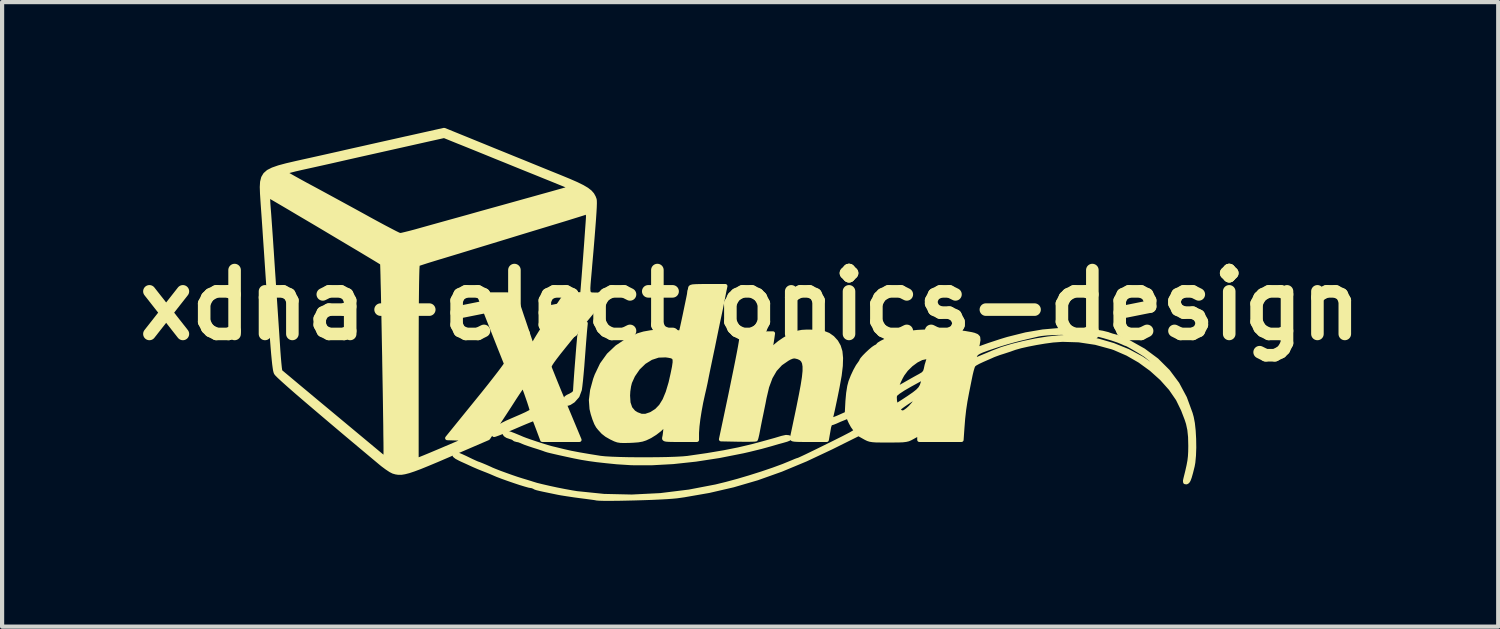
<source format=kicad_pcb>
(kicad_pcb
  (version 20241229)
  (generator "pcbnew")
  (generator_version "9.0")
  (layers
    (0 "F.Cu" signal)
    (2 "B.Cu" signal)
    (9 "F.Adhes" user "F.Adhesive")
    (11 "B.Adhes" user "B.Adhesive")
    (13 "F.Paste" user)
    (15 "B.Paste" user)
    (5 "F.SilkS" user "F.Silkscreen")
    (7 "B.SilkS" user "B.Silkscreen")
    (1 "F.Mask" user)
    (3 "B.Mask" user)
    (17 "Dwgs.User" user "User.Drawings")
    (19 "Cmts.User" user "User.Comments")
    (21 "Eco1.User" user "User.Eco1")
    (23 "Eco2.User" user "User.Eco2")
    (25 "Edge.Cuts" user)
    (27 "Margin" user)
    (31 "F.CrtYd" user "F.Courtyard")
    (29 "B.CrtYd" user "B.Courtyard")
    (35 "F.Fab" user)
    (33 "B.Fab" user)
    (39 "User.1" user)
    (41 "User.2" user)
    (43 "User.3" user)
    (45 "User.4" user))
  (footprint "xdna-electronics-design"
    (layer "F.Cu")
    (at 14.848 4.228)
    (property "Reference" "xdna-electronics-design" (at 0 0 0) (layer "F.SilkS") (effects (font (size 1.524 1.524) (thickness 0.3))))
    (attr through_hole)
    (fp_poly (pts (xy -3.924 0.437) (xy -3.937 0.564) (xy -3.943 0.631) (xy -3.952 0.743) (xy -3.964 0.89) (xy -3.977 1.061) (xy -3.991 1.246) (xy -3.994 1.284) (xy -4.008 1.471) (xy -4.024 1.649) (xy -4.039 1.806) (xy -4.053 1.93) (xy -4.064 2.011) (xy -4.066 2.021) (xy -4.121 2.169) (xy -4.222 2.283) (xy -4.308 2.338) (xy -4.355 2.354) (xy -4.379 2.327) (xy -4.385 2.306) (xy -4.398 2.249) (xy -4.39 2.215) (xy -4.35 2.187) (xy -4.29 2.159) (xy -4.22 2.118) (xy -4.18 2.076) (xy -4.177 2.063) (xy -4.174 2.012) (xy -4.168 1.916) (xy -4.159 1.784) (xy -4.148 1.628) (xy -4.135 1.457) (xy -4.121 1.283) (xy -4.108 1.116) (xy -4.096 0.967) (xy -4.085 0.846) (xy -4.078 0.763) (xy -4.076 0.745) (xy -4.043 0.612) (xy -3.991 0.519) (xy -3.924 0.437)) (stroke (width 0.1) (type solid)) (fill yes) (layer "F.SilkS"))
    (fp_poly (pts (xy 0.94 3.173) (xy 0.924 3.191) (xy 0.869 3.213) (xy 0.768 3.242) (xy 0.72 3.255) (xy 0.662 3.271) (xy 0.573 3.297) (xy 0.508 3.316) (xy 0.267 3.383) (xy -0.021 3.454) (xy -0.169 3.488) (xy -0.74 3.601) (xy -1.299 3.687) (xy -1.838 3.745) (xy -2.351 3.773) (xy -2.829 3.772) (xy -3.175 3.75) (xy -3.434 3.724) (xy -3.651 3.7) (xy -3.841 3.674) (xy -4.019 3.645) (xy -4.198 3.61) (xy -4.374 3.572) (xy -4.547 3.534) (xy -4.674 3.505) (xy -4.763 3.484) (xy -4.823 3.469) (xy -4.863 3.457) (xy -4.893 3.447) (xy -4.897 3.445) (xy -4.95 3.426) (xy -5.04 3.396) (xy -5.148 3.362) (xy -5.165 3.357) (xy -5.276 3.32) (xy -5.375 3.285) (xy -5.442 3.257) (xy -5.447 3.254) (xy -5.517 3.227) (xy -5.565 3.218) (xy -5.615 3.204) (xy -5.629 3.191) (xy -5.666 3.167) (xy -5.727 3.147) (xy -5.794 3.124) (xy -5.841 3.093) (xy -5.857 3.065) (xy -5.835 3.049) (xy -5.821 3.048) (xy -5.78 3.053) (xy -5.719 3.072) (xy -5.628 3.107) (xy -5.498 3.161) (xy -5.433 3.189) (xy -5.36 3.217) (xy -5.25 3.256) (xy -5.119 3.3) (xy -4.983 3.344) (xy -4.859 3.382) (xy -4.763 3.41) (xy -4.741 3.416) (xy -4.64 3.44) (xy -4.518 3.47) (xy -4.445 3.488) (xy -4.281 3.525) (xy -4.072 3.565) (xy -3.826 3.607) (xy -3.57 3.648) (xy -3.461 3.659) (xy -3.306 3.668) (xy -3.115 3.675) (xy -2.897 3.68) (xy -2.664 3.682) (xy -2.424 3.682) (xy -2.188 3.68) (xy -1.967 3.676) (xy -1.769 3.669) (xy -1.606 3.66) (xy -1.487 3.649) (xy -1.482 3.648) (xy -1.026 3.582) (xy -0.623 3.514) (xy -0.271 3.444) (xy 0.034 3.372) (xy 0.085 3.359) (xy 0.301 3.301) (xy 0.47 3.254) (xy 0.6 3.218) (xy 0.697 3.189) (xy 0.757 3.171) (xy 0.855 3.149) (xy 0.92 3.155) (xy 0.923 3.157) (xy 0.94 3.173)) (stroke (width 0.1) (type solid)) (fill yes) (layer "F.SilkS"))
    (fp_poly (pts (xy -0.592 -0.452) (xy -0.605 -0.388) (xy -0.619 -0.325) (xy -0.637 -0.231) (xy -0.649 -0.169) (xy -0.671 -0.057) (xy -0.698 0.078) (xy -0.72 0.183) (xy -0.758 0.36) (xy -0.8 0.561) (xy -0.849 0.8) (xy -0.887 0.988) (xy -0.917 1.129) (xy -0.949 1.282) (xy -0.973 1.397) (xy -1 1.526) (xy -1.027 1.659) (xy -1.045 1.75) (xy -1.066 1.856) (xy -1.095 1.989) (xy -1.126 2.122) (xy -1.128 2.131) (xy -1.17 2.322) (xy -1.207 2.522) (xy -1.238 2.718) (xy -1.259 2.893) (xy -1.269 3.033) (xy -1.27 3.064) (xy -1.27 3.217) (xy -1.667 3.217) (xy -1.8 3.217) (xy -1.8 1.368) (xy -1.801 1.294) (xy -1.824 1.249) (xy -1.872 1.223) (xy -1.948 1.208) (xy -2.014 1.199) (xy -2.191 1.205) (xy -2.365 1.262) (xy -2.528 1.363) (xy -2.674 1.504) (xy -2.794 1.679) (xy -2.868 1.842) (xy -2.891 1.934) (xy -2.909 2.055) (xy -2.915 2.16) (xy -2.904 2.332) (xy -2.86 2.463) (xy -2.78 2.558) (xy -2.708 2.603) (xy -2.599 2.644) (xy -2.497 2.646) (xy -2.38 2.607) (xy -2.351 2.594) (xy -2.232 2.518) (xy -2.13 2.412) (xy -2.042 2.269) (xy -1.966 2.085) (xy -1.897 1.854) (xy -1.848 1.637) (xy -1.816 1.48) (xy -1.8 1.368) (xy -1.8 3.217) (xy -1.824 3.217) (xy -1.933 3.215) (xy -2.001 3.21) (xy -2.038 3.201) (xy -2.051 3.187) (xy -2.05 3.168) (xy -2.039 3.115) (xy -2.029 3.039) (xy -2.021 2.956) (xy -2.015 2.881) (xy -2.015 2.829) (xy -2.019 2.814) (xy -2.021 2.817) (xy -2.072 2.888) (xy -2.159 2.972) (xy -2.268 3.056) (xy -2.385 3.129) (xy -2.411 3.142) (xy -2.5 3.184) (xy -2.58 3.21) (xy -2.67 3.226) (xy -2.787 3.235) (xy -2.865 3.239) (xy -2.997 3.242) (xy -3.089 3.24) (xy -3.16 3.229) (xy -3.226 3.206) (xy -3.305 3.168) (xy -3.314 3.164) (xy -3.423 3.102) (xy -3.509 3.035) (xy -3.593 2.943) (xy -3.633 2.893) (xy -3.673 2.822) (xy -3.716 2.714) (xy -3.756 2.589) (xy -3.783 2.475) (xy -3.798 2.269) (xy -3.769 2.034) (xy -3.698 1.774) (xy -3.663 1.679) (xy -3.538 1.417) (xy -3.377 1.193) (xy -3.176 1.003) (xy -2.931 0.842) (xy -2.669 0.72) (xy -2.537 0.681) (xy -2.369 0.651) (xy -2.186 0.633) (xy -2.008 0.628) (xy -1.856 0.638) (xy -1.85 0.639) (xy -1.736 0.652) (xy -1.67 0.651) (xy -1.649 0.637) (xy -1.638 0.595) (xy -1.618 0.509) (xy -1.592 0.39) (xy -1.562 0.25) (xy -1.531 0.1) (xy -1.5 -0.048) (xy -1.472 -0.184) (xy -1.45 -0.295) (xy -1.435 -0.371) (xy -1.431 -0.398) (xy -1.426 -0.419) (xy -1.409 -0.433) (xy -1.37 -0.443) (xy -1.302 -0.448) (xy -1.197 -0.451) (xy -1.045 -0.452) (xy -1.009 -0.452) (xy -0.592 -0.452)) (stroke (width 0.1) (type solid)) (fill yes) (layer "F.SilkS"))
    (fp_poly (pts (xy -3.436 -0.24) (xy -3.867 0.283) (xy -3.867 -2.111) (xy -3.872 -2.181) (xy -3.883 -2.217) (xy -3.89 -2.218) (xy -3.923 -2.206) (xy -4.002 -2.18) (xy -4.12 -2.143) (xy -4.268 -2.097) (xy -4.271 -2.096) (xy -4.271 -2.805) (xy -4.272 -2.811) (xy -4.283 -2.816) (xy -4.299 -2.821) (xy -4.304 -2.823) (xy -4.346 -2.839) (xy -4.434 -2.874) (xy -4.562 -2.926) (xy -4.724 -2.992) (xy -4.915 -3.069) (xy -5.127 -3.155) (xy -5.356 -3.247) (xy -5.595 -3.344) (xy -5.838 -3.443) (xy -6.079 -3.54) (xy -6.152 -3.57) (xy -6.336 -3.645) (xy -6.536 -3.726) (xy -6.731 -3.805) (xy -6.902 -3.874) (xy -6.946 -3.891) (xy -7.301 -4.035) (xy -7.665 -3.954) (xy -8.07 -3.863) (xy -8.485 -3.77) (xy -8.894 -3.678) (xy -9.283 -3.591) (xy -9.637 -3.511) (xy -9.751 -3.485) (xy -9.957 -3.438) (xy -10.176 -3.389) (xy -10.392 -3.341) (xy -10.586 -3.298) (xy -10.717 -3.269) (xy -10.857 -3.237) (xy -10.974 -3.207) (xy -11.059 -3.182) (xy -11.102 -3.164) (xy -11.105 -3.16) (xy -11.077 -3.141) (xy -11.007 -3.1) (xy -10.9 -3.039) (xy -10.763 -2.963) (xy -10.603 -2.875) (xy -10.435 -2.785) (xy -10.215 -2.666) (xy -9.963 -2.529) (xy -9.697 -2.384) (xy -9.433 -2.24) (xy -9.189 -2.106) (xy -9.088 -2.05) (xy -8.906 -1.951) (xy -8.739 -1.861) (xy -8.594 -1.785) (xy -8.477 -1.724) (xy -8.395 -1.684) (xy -8.355 -1.668) (xy -8.354 -1.668) (xy -8.313 -1.674) (xy -8.228 -1.694) (xy -8.111 -1.723) (xy -7.972 -1.76) (xy -7.916 -1.776) (xy -7.78 -1.814) (xy -7.601 -1.864) (xy -7.393 -1.922) (xy -7.167 -1.985) (xy -6.936 -2.049) (xy -6.745 -2.102) (xy -6.49 -2.174) (xy -6.203 -2.254) (xy -5.903 -2.337) (xy -5.609 -2.419) (xy -5.341 -2.494) (xy -5.221 -2.527) (xy -4.964 -2.599) (xy -4.755 -2.657) (xy -4.592 -2.703) (xy -4.468 -2.738) (xy -4.379 -2.764) (xy -4.319 -2.783) (xy -4.285 -2.796) (xy -4.271 -2.805) (xy -4.271 -2.096) (xy -4.439 -2.044) (xy -4.561 -2.007) (xy -4.765 -1.945) (xy -5.008 -1.871) (xy -5.275 -1.79) (xy -5.551 -1.706) (xy -5.821 -1.623) (xy -6.054 -1.552) (xy -6.293 -1.479) (xy -6.543 -1.403) (xy -6.791 -1.327) (xy -7.024 -1.256) (xy -7.229 -1.194) (xy -7.393 -1.144) (xy -7.402 -1.142) (xy -7.562 -1.093) (xy -7.705 -1.049) (xy -7.819 -1.012) (xy -7.898 -0.986) (xy -7.931 -0.973) (xy -7.936 -0.942) (xy -7.941 -0.856) (xy -7.945 -0.716) (xy -7.949 -0.525) (xy -7.952 -0.284) (xy -7.955 0.006) (xy -7.957 0.343) (xy -7.958 0.725) (xy -7.959 1.151) (xy -7.959 1.372) (xy -7.959 3.701) (xy -7.898 3.682) (xy -7.855 3.665) (xy -7.768 3.63) (xy -7.647 3.58) (xy -7.5 3.518) (xy -7.336 3.449) (xy -7.285 3.427) (xy -6.732 3.191) (xy -6.98 3.183) (xy -7.228 3.175) (xy -6.52 2.302) (xy -6.365 2.111) (xy -6.222 1.932) (xy -6.096 1.771) (xy -5.989 1.633) (xy -5.906 1.523) (xy -5.85 1.445) (xy -5.825 1.404) (xy -5.824 1.399) (xy -5.861 1.307) (xy -5.911 1.181) (xy -5.972 1.029) (xy -6.039 0.859) (xy -6.11 0.679) (xy -6.182 0.496) (xy -6.252 0.319) (xy -6.316 0.155) (xy -6.372 0.013) (xy -6.415 -0.099) (xy -6.444 -0.175) (xy -6.455 -0.205) (xy -6.457 -0.224) (xy -6.443 -0.237) (xy -6.406 -0.246) (xy -6.338 -0.251) (xy -6.232 -0.253) (xy -6.078 -0.254) (xy -6.043 -0.254) (xy -5.895 -0.254) (xy -5.769 -0.252) (xy -5.675 -0.251) (xy -5.623 -0.248) (xy -5.616 -0.247) (xy -5.607 -0.219) (xy -5.583 -0.146) (xy -5.545 -0.034) (xy -5.497 0.108) (xy -5.442 0.274) (xy -5.407 0.375) (xy -5.2 0.99) (xy -5.108 0.827) (xy -5.062 0.751) (xy -4.992 0.639) (xy -4.904 0.502) (xy -4.805 0.351) (xy -4.707 0.205) (xy -4.399 -0.254) (xy -4.203 -0.254) (xy -4.106 -0.255) (xy -4.036 -0.257) (xy -4.006 -0.261) (xy -4.006 -0.261) (xy -4.002 -0.302) (xy -3.994 -0.391) (xy -3.984 -0.52) (xy -3.971 -0.679) (xy -3.957 -0.861) (xy -3.942 -1.056) (xy -3.927 -1.257) (xy -3.912 -1.456) (xy -3.899 -1.643) (xy -3.887 -1.809) (xy -3.877 -1.948) (xy -3.87 -2.05) (xy -3.867 -2.106) (xy -3.867 -2.111) (xy -3.867 0.283) (xy -4.119 0.589) (xy -4.301 0.81) (xy -4.449 0.993) (xy -4.566 1.139) (xy -4.655 1.255) (xy -4.719 1.342) (xy -4.761 1.406) (xy -4.782 1.449) (xy -4.788 1.476) (xy -4.787 1.479) (xy -4.773 1.519) (xy -4.739 1.604) (xy -4.689 1.729) (xy -4.626 1.885) (xy -4.552 2.066) (xy -4.469 2.265) (xy -4.422 2.378) (xy -4.072 3.217) (xy -4.516 3.217) (xy -4.96 3.217) (xy -5.052 2.97) (xy -5.093 2.862) (xy -5.126 2.776) (xy -5.148 2.723) (xy -5.152 2.714) (xy -5.179 2.721) (xy -5.25 2.748) (xy -5.355 2.791) (xy -5.488 2.847) (xy -5.629 2.908) (xy -5.779 2.972) (xy -5.911 3.027) (xy -6.016 3.068) (xy -6.086 3.093) (xy -6.111 3.099) (xy -6.104 3.07) (xy -6.071 3.013) (xy -6.047 2.978) (xy -6.008 2.932) (xy -5.959 2.89) (xy -5.891 2.848) (xy -5.792 2.799) (xy -5.655 2.739) (xy -5.588 2.71) (xy -5.454 2.652) (xy -5.34 2.6) (xy -5.257 2.557) (xy -5.212 2.53) (xy -5.208 2.524) (xy -5.217 2.483) (xy -5.24 2.406) (xy -5.272 2.307) (xy -5.31 2.197) (xy -5.347 2.091) (xy -5.381 2) (xy -5.406 1.939) (xy -5.418 1.92) (xy -5.437 1.943) (xy -5.481 2.005) (xy -5.544 2.098) (xy -5.62 2.213) (xy -5.654 2.266) (xy -5.754 2.422) (xy -5.865 2.592) (xy -5.973 2.756) (xy -6.063 2.893) (xy -6.252 3.175) (xy -7.197 3.582) (xy -7.467 3.698) (xy -7.692 3.792) (xy -7.876 3.867) (xy -8.026 3.923) (xy -8.146 3.963) (xy -8.244 3.988) (xy -8.323 4.001) (xy -8.391 4.001) (xy -8.452 3.992) (xy -8.512 3.975) (xy -8.515 3.974) (xy -8.578 3.942) (xy -8.667 3.883) (xy -8.698 3.86) (xy -8.698 3.519) (xy -8.698 3.423) (xy -8.699 3.279) (xy -8.702 3.092) (xy -8.704 2.867) (xy -8.708 2.608) (xy -8.712 2.32) (xy -8.717 2.008) (xy -8.723 1.675) (xy -8.729 1.326) (xy -8.73 1.234) (xy -8.737 0.885) (xy -8.743 0.552) (xy -8.749 0.241) (xy -8.755 -0.046) (xy -8.76 -0.302) (xy -8.766 -0.526) (xy -8.77 -0.711) (xy -8.774 -0.854) (xy -8.777 -0.95) (xy -8.78 -0.996) (xy -8.78 -0.999) (xy -8.81 -1.018) (xy -8.883 -1.063) (xy -8.992 -1.129) (xy -9.134 -1.214) (xy -9.302 -1.315) (xy -9.492 -1.428) (xy -9.697 -1.55) (xy -9.914 -1.679) (xy -10.135 -1.811) (xy -10.357 -1.943) (xy -10.574 -2.071) (xy -10.781 -2.193) (xy -10.971 -2.306) (xy -11.141 -2.406) (xy -11.284 -2.49) (xy -11.396 -2.555) (xy -11.471 -2.598) (xy -11.504 -2.616) (xy -11.505 -2.616) (xy -11.506 -2.586) (xy -11.502 -2.512) (xy -11.496 -2.404) (xy -11.487 -2.285) (xy -11.477 -2.159) (xy -11.465 -1.99) (xy -11.451 -1.792) (xy -11.436 -1.58) (xy -11.422 -1.366) (xy -11.417 -1.298) (xy -11.406 -1.127) (xy -11.395 -0.961) (xy -11.384 -0.794) (xy -11.372 -0.62) (xy -11.36 -0.431) (xy -11.346 -0.221) (xy -11.33 0.016) (xy -11.312 0.288) (xy -11.291 0.6) (xy -11.267 0.96) (xy -11.259 1.087) (xy -11.247 1.246) (xy -11.235 1.385) (xy -11.224 1.494) (xy -11.214 1.564) (xy -11.209 1.585) (xy -11.184 1.606) (xy -11.12 1.66) (xy -11.02 1.743) (xy -10.889 1.853) (xy -10.73 1.986) (xy -10.547 2.138) (xy -10.345 2.307) (xy -10.126 2.489) (xy -9.948 2.637) (xy -8.707 3.67) (xy -8.699 3.564) (xy -8.698 3.519) (xy -8.698 3.86) (xy -8.768 3.808) (xy -8.812 3.772) (xy -9.253 3.403) (xy -9.65 3.07) (xy -10.004 2.771) (xy -10.315 2.507) (xy -10.584 2.278) (xy -10.81 2.084) (xy -10.994 1.923) (xy -11.136 1.796) (xy -11.237 1.703) (xy -11.296 1.643) (xy -11.314 1.619) (xy -11.324 1.592) (xy -11.334 1.551) (xy -11.343 1.491) (xy -11.354 1.41) (xy -11.365 1.305) (xy -11.378 1.17) (xy -11.392 1.003) (xy -11.408 0.8) (xy -11.425 0.558) (xy -11.446 0.273) (xy -11.469 -0.059) (xy -11.494 -0.441) (xy -11.514 -0.734) (xy -11.533 -1.018) (xy -11.552 -1.302) (xy -11.571 -1.577) (xy -11.588 -1.834) (xy -11.604 -2.066) (xy -11.618 -2.263) (xy -11.629 -2.416) (xy -11.633 -2.477) (xy -11.645 -2.663) (xy -11.65 -2.815) (xy -11.643 -2.937) (xy -11.618 -3.036) (xy -11.571 -3.115) (xy -11.497 -3.18) (xy -11.39 -3.234) (xy -11.247 -3.284) (xy -11.061 -3.334) (xy -10.829 -3.388) (xy -10.654 -3.427) (xy -10.473 -3.467) (xy -10.258 -3.515) (xy -10.026 -3.567) (xy -9.798 -3.618) (xy -9.638 -3.655) (xy -9.46 -3.695) (xy -9.24 -3.744) (xy -8.993 -3.8) (xy -8.73 -3.859) (xy -8.465 -3.918) (xy -8.213 -3.975) (xy -8.187 -3.98) (xy -7.301 -4.178) (xy -7.016 -4.062) (xy -6.886 -4.009) (xy -6.721 -3.942) (xy -6.54 -3.868) (xy -6.36 -3.795) (xy -6.294 -3.768) (xy -6.106 -3.691) (xy -5.888 -3.603) (xy -5.665 -3.512) (xy -5.457 -3.428) (xy -5.39 -3.401) (xy -5.202 -3.324) (xy -4.998 -3.241) (xy -4.796 -3.159) (xy -4.618 -3.087) (xy -4.551 -3.06) (xy -4.323 -2.966) (xy -4.142 -2.887) (xy -4.002 -2.818) (xy -3.897 -2.756) (xy -3.821 -2.697) (xy -3.768 -2.637) (xy -3.732 -2.572) (xy -3.712 -2.518) (xy -3.708 -2.486) (xy -3.707 -2.426) (xy -3.71 -2.334) (xy -3.717 -2.207) (xy -3.728 -2.043) (xy -3.744 -1.836) (xy -3.764 -1.584) (xy -3.789 -1.283) (xy -3.82 -0.931) (xy -3.825 -0.866) (xy -3.843 -0.665) (xy -3.856 -0.514) (xy -3.863 -0.404) (xy -3.86 -0.33) (xy -3.847 -0.285) (xy -3.821 -0.261) (xy -3.781 -0.251) (xy -3.724 -0.249) (xy -3.651 -0.248) (xy -3.436 -0.24)) (stroke (width 0.1) (type solid)) (fill yes) (layer "F.SilkS"))
    (fp_poly (pts (xy 10.594 3.401) (xy 10.587 3.592) (xy 10.572 3.754) (xy 10.557 3.838) (xy 10.518 3.995) (xy 10.487 4.104) (xy 10.461 4.174) (xy 10.437 4.212) (xy 10.411 4.227) (xy 10.41 4.228) (xy 10.38 4.225) (xy 10.376 4.193) (xy 10.387 4.143) (xy 10.431 3.966) (xy 10.462 3.827) (xy 10.483 3.713) (xy 10.495 3.609) (xy 10.501 3.498) (xy 10.503 3.367) (xy 10.503 3.355) (xy 10.498 3.144) (xy 10.48 2.973) (xy 10.448 2.825) (xy 10.415 2.723) (xy 10.394 2.668) (xy 10.36 2.58) (xy 10.329 2.498) (xy 10.273 2.383) (xy 10.273 2.161) (xy 10.253 2.137) (xy 10.24 2.128) (xy 10.221 2.125) (xy 10.228 2.141) (xy 10.256 2.171) (xy 10.273 2.165) (xy 10.273 2.161) (xy 10.273 2.383) (xy 10.216 2.266) (xy 10.216 2.074) (xy 10.202 2.06) (xy 10.188 2.074) (xy 10.202 2.088) (xy 10.216 2.074) (xy 10.216 2.266) (xy 10.205 2.244) (xy 10.177 2.203) (xy 10.177 2.019) (xy 10.15 1.969) (xy 10.14 1.954) (xy 9.938 1.671) (xy 9.726 1.438) (xy 9.567 1.303) (xy 9.504 1.253) (xy 9.461 1.219) (xy 9.454 1.212) (xy 9.423 1.189) (xy 9.357 1.147) (xy 9.271 1.094) (xy 9.176 1.038) (xy 9.088 0.987) (xy 9.019 0.949) (xy 8.982 0.931) (xy 8.981 0.931) (xy 8.943 0.919) (xy 8.89 0.894) (xy 8.79 0.852) (xy 8.642 0.801) (xy 8.452 0.745) (xy 8.34 0.715) (xy 8.226 0.694) (xy 8.069 0.678) (xy 7.881 0.667) (xy 7.676 0.661) (xy 7.466 0.661) (xy 7.265 0.665) (xy 7.085 0.675) (xy 6.939 0.69) (xy 6.872 0.702) (xy 6.628 0.759) (xy 6.428 0.807) (xy 6.257 0.852) (xy 6.105 0.895) (xy 5.957 0.94) (xy 5.813 0.988) (xy 5.65 1.043) (xy 5.534 1.086) (xy 5.454 1.122) (xy 5.404 1.154) (xy 5.375 1.188) (xy 5.358 1.229) (xy 5.353 1.248) (xy 5.334 1.324) (xy 5.538 1.239) (xy 5.644 1.195) (xy 5.735 1.157) (xy 5.794 1.131) (xy 5.8 1.129) (xy 6.008 1.049) (xy 6.257 0.973) (xy 6.533 0.904) (xy 6.819 0.845) (xy 7.1 0.8) (xy 7.361 0.772) (xy 7.555 0.763) (xy 7.926 0.784) (xy 8.298 0.849) (xy 8.663 0.955) (xy 9.014 1.097) (xy 9.342 1.272) (xy 9.639 1.476) (xy 9.898 1.706) (xy 10.088 1.926) (xy 10.143 1.996) (xy 10.174 2.028) (xy 10.177 2.019) (xy 10.177 2.203) (xy 10.033 1.994) (xy 9.819 1.754) (xy 9.571 1.531) (xy 9.296 1.331) (xy 9.002 1.162) (xy 8.696 1.029) (xy 8.636 1.008) (xy 8.241 0.9) (xy 7.842 0.84) (xy 7.451 0.828) (xy 7.225 0.844) (xy 7.026 0.871) (xy 6.823 0.905) (xy 6.628 0.943) (xy 6.455 0.982) (xy 6.316 1.021) (xy 6.251 1.044) (xy 6.193 1.065) (xy 6.104 1.094) (xy 6.04 1.115) (xy 5.936 1.148) (xy 5.841 1.183) (xy 5.8 1.199) (xy 5.729 1.231) (xy 5.63 1.274) (xy 5.539 1.314) (xy 5.445 1.358) (xy 5.369 1.4) (xy 5.331 1.429) (xy 5.309 1.475) (xy 5.284 1.559) (xy 5.26 1.658) (xy 5.234 1.785) (xy 5.204 1.935) (xy 5.176 2.074) (xy 5.135 2.293) (xy 5.104 2.497) (xy 5.08 2.712) (xy 5.063 2.928) (xy 5.043 3.217) (xy 4.54 3.217) (xy 4.258 3.217) (xy 4.258 1.288) (xy 4.249 1.252) (xy 4.203 1.242) (xy 4.2 1.242) (xy 4.09 1.265) (xy 3.966 1.328) (xy 3.839 1.422) (xy 3.722 1.537) (xy 3.634 1.656) (xy 3.594 1.728) (xy 3.553 1.813) (xy 3.517 1.896) (xy 3.492 1.964) (xy 3.484 2.001) (xy 3.487 2.004) (xy 3.515 1.991) (xy 3.579 1.955) (xy 3.668 1.905) (xy 3.705 1.884) (xy 3.822 1.817) (xy 3.939 1.751) (xy 4.034 1.699) (xy 4.044 1.694) (xy 4.126 1.645) (xy 4.17 1.597) (xy 4.191 1.535) (xy 4.193 1.525) (xy 4.212 1.436) (xy 4.235 1.362) (xy 4.235 1.36) (xy 4.258 1.288) (xy 4.258 3.217) (xy 4.149 3.217) (xy 4.149 1.723) (xy 4.029 1.787) (xy 3.819 1.902) (xy 3.655 1.997) (xy 3.538 2.074) (xy 3.471 2.129) (xy 3.455 2.153) (xy 3.449 2.205) (xy 3.453 2.277) (xy 3.464 2.346) (xy 3.479 2.392) (xy 3.487 2.399) (xy 3.514 2.384) (xy 3.579 2.344) (xy 3.67 2.285) (xy 3.78 2.213) (xy 3.909 2.124) (xy 3.999 2.053) (xy 4.058 1.99) (xy 4.096 1.924) (xy 4.122 1.844) (xy 4.133 1.8) (xy 4.149 1.723) (xy 4.149 3.217) (xy 4.036 3.217) (xy 4.036 3.147) (xy 4.031 3.094) (xy 4.023 3.076) (xy 3.994 3.089) (xy 3.98 3.096) (xy 3.98 2.214) (xy 3.975 2.187) (xy 3.949 2.197) (xy 3.889 2.231) (xy 3.81 2.281) (xy 3.724 2.338) (xy 3.643 2.394) (xy 3.581 2.44) (xy 3.551 2.467) (xy 3.548 2.51) (xy 3.584 2.55) (xy 3.641 2.568) (xy 3.643 2.568) (xy 3.69 2.549) (xy 3.758 2.5) (xy 3.821 2.443) (xy 3.9 2.354) (xy 3.955 2.275) (xy 3.98 2.214) (xy 3.98 3.096) (xy 3.931 3.122) (xy 3.875 3.153) (xy 3.821 3.182) (xy 3.772 3.203) (xy 3.716 3.216) (xy 3.643 3.225) (xy 3.541 3.229) (xy 3.401 3.23) (xy 3.302 3.23) (xy 3.135 3.23) (xy 3.013 3.229) (xy 2.926 3.223) (xy 2.862 3.213) (xy 2.811 3.197) (xy 2.761 3.173) (xy 2.725 3.153) (xy 2.586 3.075) (xy 1.935 3.399) (xy 1.327 3.685) (xy 0.741 3.929) (xy 0.168 4.133) (xy -0.404 4.3) (xy -0.983 4.434) (xy -1.581 4.538) (xy -1.75 4.562) (xy -1.847 4.571) (xy -1.983 4.581) (xy -2.152 4.59) (xy -2.342 4.599) (xy -2.548 4.606) (xy -2.758 4.612) (xy -2.966 4.617) (xy -3.163 4.621) (xy -3.339 4.622) (xy -3.486 4.622) (xy -3.597 4.619) (xy -3.661 4.614) (xy -3.669 4.612) (xy -3.712 4.604) (xy -3.799 4.592) (xy -3.917 4.576) (xy -4.05 4.559) (xy -4.206 4.538) (xy -4.365 4.514) (xy -4.505 4.492) (xy -4.586 4.477) (xy -4.774 4.438) (xy -4.914 4.409) (xy -5.014 4.387) (xy -5.08 4.371) (xy -5.121 4.358) (xy -5.143 4.347) (xy -5.149 4.342) (xy -5.199 4.321) (xy -5.223 4.318) (xy -5.274 4.309) (xy -5.366 4.283) (xy -5.488 4.246) (xy -5.626 4.2) (xy -5.771 4.15) (xy -5.91 4.1) (xy -6.031 4.054) (xy -6.122 4.015) (xy -6.138 4.008) (xy -6.196 3.983) (xy -6.283 3.948) (xy -6.35 3.922) (xy -6.468 3.875) (xy -6.593 3.821) (xy -6.646 3.797) (xy -6.759 3.745) (xy -6.879 3.691) (xy -6.921 3.671) (xy -7.004 3.627) (xy -7.05 3.59) (xy -7.052 3.564) (xy -7.016 3.556) (xy -6.975 3.568) (xy -6.897 3.6) (xy -6.796 3.646) (xy -6.749 3.669) (xy -6.646 3.719) (xy -6.563 3.757) (xy -6.513 3.779) (xy -6.504 3.782) (xy -6.471 3.793) (xy -6.401 3.821) (xy -6.308 3.86) (xy -6.207 3.905) (xy -6.167 3.924) (xy -6.09 3.956) (xy -5.975 4.001) (xy -5.838 4.051) (xy -5.695 4.102) (xy -5.561 4.148) (xy -5.453 4.182) (xy -5.433 4.188) (xy -5.33 4.219) (xy -5.239 4.247) (xy -5.193 4.262) (xy -5.098 4.291) (xy -4.96 4.325) (xy -4.795 4.363) (xy -4.614 4.402) (xy -4.432 4.438) (xy -4.263 4.469) (xy -4.135 4.49) (xy -3.489 4.556) (xy -2.823 4.571) (xy -2.143 4.537) (xy -1.454 4.452) (xy -0.818 4.33) (xy -0.569 4.269) (xy -0.295 4.195) (xy -0.008 4.11) (xy 0.277 4.02) (xy 0.548 3.928) (xy 0.79 3.839) (xy 0.992 3.756) (xy 1.007 3.75) (xy 1.082 3.718) (xy 1.133 3.699) (xy 1.144 3.697) (xy 1.175 3.685) (xy 1.247 3.652) (xy 1.353 3.602) (xy 1.485 3.538) (xy 1.633 3.466) (xy 1.789 3.389) (xy 1.946 3.312) (xy 2.094 3.238) (xy 2.226 3.172) (xy 2.332 3.117) (xy 2.405 3.079) (xy 2.42 3.07) (xy 2.49 3.028) (xy 2.518 3) (xy 2.511 2.973) (xy 2.49 2.947) (xy 2.447 2.887) (xy 2.401 2.803) (xy 2.388 2.776) (xy 2.336 2.658) (xy 2.234 2.7) (xy 2.138 2.739) (xy 2.047 2.78) (xy 2.042 2.782) (xy 1.974 2.809) (xy 1.927 2.822) (xy 1.925 2.822) (xy 1.902 2.847) (xy 1.882 2.908) (xy 1.88 2.921) (xy 1.862 3.024) (xy 1.845 3.119) (xy 1.828 3.217) (xy 1.406 3.217) (xy 1.244 3.217) (xy 1.129 3.215) (xy 1.056 3.21) (xy 1.015 3.202) (xy 0.998 3.189) (xy 0.997 3.171) (xy 0.998 3.168) (xy 1.008 3.128) (xy 1.027 3.04) (xy 1.054 2.913) (xy 1.087 2.755) (xy 1.125 2.575) (xy 1.157 2.42) (xy 1.213 2.14) (xy 1.256 1.909) (xy 1.285 1.723) (xy 1.3 1.576) (xy 1.3 1.463) (xy 1.286 1.379) (xy 1.258 1.319) (xy 1.216 1.277) (xy 1.159 1.248) (xy 1.134 1.24) (xy 1.067 1.224) (xy 1.01 1.229) (xy 0.942 1.256) (xy 0.888 1.286) (xy 0.726 1.398) (xy 0.593 1.542) (xy 0.487 1.724) (xy 0.404 1.948) (xy 0.341 2.215) (xy 0.318 2.337) (xy 0.289 2.478) (xy 0.268 2.582) (xy 0.239 2.72) (xy 0.208 2.875) (xy 0.187 2.985) (xy 0.167 3.087) (xy 0.149 3.164) (xy 0.136 3.203) (xy 0.135 3.205) (xy 0.103 3.209) (xy 0.025 3.212) (xy -0.088 3.213) (xy -0.227 3.212) (xy -0.287 3.211) (xy -0.695 3.203) (xy -0.605 2.78) (xy -0.535 2.448) (xy -0.468 2.131) (xy -0.408 1.837) (xy -0.353 1.569) (xy -0.306 1.335) (xy -0.268 1.14) (xy -0.24 0.989) (xy -0.224 0.896) (xy -0.19 0.677) (xy 0.177 0.677) (xy 0.544 0.677) (xy 0.527 0.797) (xy 0.511 0.9) (xy 0.494 0.998) (xy 0.491 1.012) (xy 0.472 1.107) (xy 0.606 0.976) (xy 0.699 0.899) (xy 0.82 0.817) (xy 0.944 0.747) (xy 0.955 0.741) (xy 1.066 0.69) (xy 1.152 0.658) (xy 1.237 0.642) (xy 1.342 0.636) (xy 1.425 0.636) (xy 1.61 0.642) (xy 1.752 0.666) (xy 1.865 0.71) (xy 1.961 0.778) (xy 1.968 0.784) (xy 2.052 0.876) (xy 2.113 0.983) (xy 2.152 1.11) (xy 2.167 1.264) (xy 2.161 1.451) (xy 2.134 1.677) (xy 2.085 1.949) (xy 2.077 1.99) (xy 2.036 2.194) (xy 1.998 2.374) (xy 1.967 2.52) (xy 1.943 2.625) (xy 1.93 2.674) (xy 1.924 2.716) (xy 1.941 2.734) (xy 1.989 2.726) (xy 2.075 2.693) (xy 2.142 2.664) (xy 2.307 2.59) (xy 2.323 2.29) (xy 2.34 2.103) (xy 2.366 1.94) (xy 2.395 1.83) (xy 2.447 1.698) (xy 2.507 1.57) (xy 2.567 1.461) (xy 2.618 1.389) (xy 2.648 1.346) (xy 2.653 1.328) (xy 2.673 1.295) (xy 2.723 1.237) (xy 2.792 1.167) (xy 2.867 1.097) (xy 2.936 1.039) (xy 2.986 1.005) (xy 2.995 1.001) (xy 3.039 0.978) (xy 3.048 0.964) (xy 3.073 0.936) (xy 3.14 0.895) (xy 3.238 0.847) (xy 3.355 0.796) (xy 3.481 0.747) (xy 3.604 0.707) (xy 3.657 0.691) (xy 3.806 0.663) (xy 3.996 0.643) (xy 4.215 0.632) (xy 4.45 0.629) (xy 4.687 0.634) (xy 4.913 0.647) (xy 5.116 0.667) (xy 5.281 0.696) (xy 5.341 0.711) (xy 5.405 0.737) (xy 5.439 0.773) (xy 5.445 0.834) (xy 5.429 0.933) (xy 5.421 0.966) (xy 5.408 1.032) (xy 5.414 1.056) (xy 5.442 1.048) (xy 5.443 1.047) (xy 5.495 1.026) (xy 5.587 0.992) (xy 5.706 0.95) (xy 5.84 0.906) (xy 5.973 0.862) (xy 6.094 0.825) (xy 6.152 0.808) (xy 6.579 0.701) (xy 6.984 0.632) (xy 7.384 0.597) (xy 7.608 0.593) (xy 7.825 0.598) (xy 8.038 0.612) (xy 8.236 0.634) (xy 8.405 0.662) (xy 8.534 0.694) (xy 8.565 0.706) (xy 8.635 0.729) (xy 8.707 0.748) (xy 8.77 0.768) (xy 8.866 0.807) (xy 8.98 0.858) (xy 9.027 0.88) (xy 9.387 1.082) (xy 9.701 1.315) (xy 9.969 1.582) (xy 10.193 1.882) (xy 10.372 2.217) (xy 10.508 2.588) (xy 10.534 2.681) (xy 10.561 2.822) (xy 10.58 2.999) (xy 10.591 3.198) (xy 10.594 3.401)) (stroke (width 0.1) (type solid)) (fill yes) (layer "F.SilkS")))
  (gr_rect
    (start -3 -3)
    (end 32.696 11.901)
    (stroke (width 0.1) (type default))
    (fill no)
    (layer "Edge.Cuts")))
</source>
